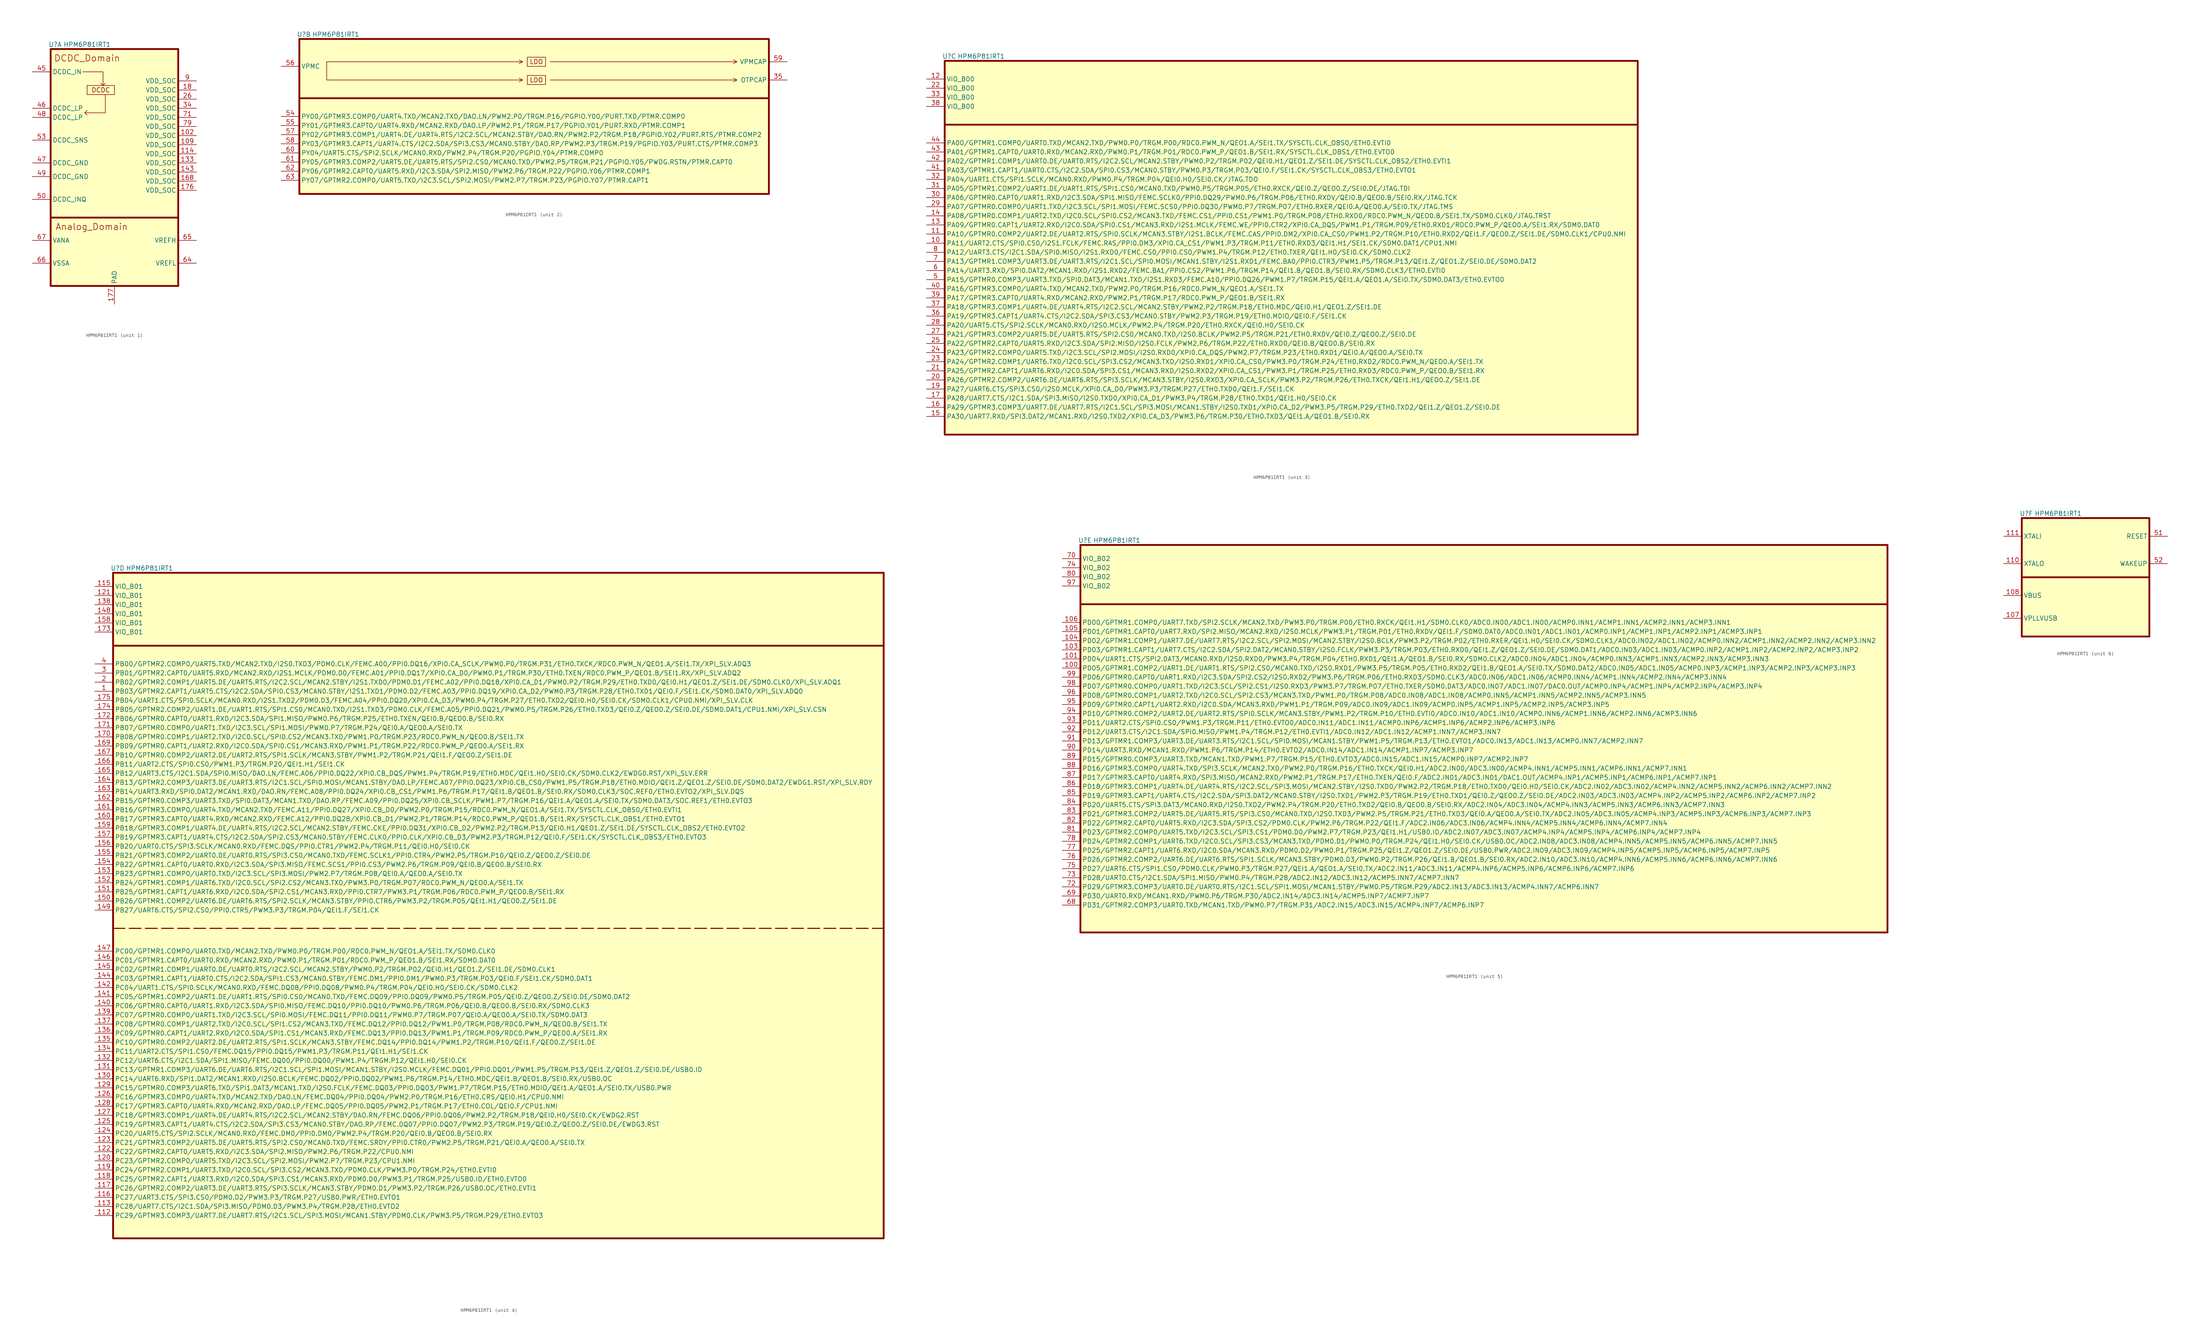
<source format=kicad_sym>
(kicad_symbol_lib
  (version 20220914)
  (generator kicad_symbol_editor)
  (symbol "HPM6P81IRT1"
    (property "Reference" "U"
      (at 1.27 1.27 0)
      (effects (font (size 1.27 1.27))))
    (property "Value" "HPM6P81IRT1"
      (at 10.16 1.27 0)
      (effects (font (size 1.27 1.27))))
    (property "ki_locked" ""
      (at 0 0 0)
      (effects (font (size 1.27 1.27))))
    (symbol "HPM6P81IRT1_1_1"
      (polyline (pts (xy 0 -46.99) (xy 35.56 -46.99)) (stroke (width 0.508) (type default)) (fill (type none)))
      (polyline (pts (xy 8.89 -6.35) (xy 14.605 -6.35) (xy 14.605 -10.16) (xy 13.97 -9.525) (xy 14.605 -10.16) (xy 15.24 -9.525)) (stroke (width 0) (type default)) (fill (type none)))
      (polyline (pts (xy 15.24 -12.7) (xy 15.24 -17.78) (xy 9.525 -17.78) (xy 10.16 -17.145) (xy 9.525 -17.78) (xy 10.16 -18.415)) (stroke (width 0) (type default)) (fill (type none)))
      (rectangle (start 0 0) (end 35.56 -66.04) (stroke (width 0.508) (type default)) (fill (type background)))
      (rectangle (start 10.16 -10.16) (end 17.78 -12.7) (stroke (width 0) (type default)) (fill (type none)))
      (text "Analog_Domain" (at 11.43 -49.53 0) (effects (font (size 1.778 1.778))))
      (text "DCDC" (at 13.97 -11.43 0) (effects (font (size 1.27 1.27))))
      (text "DCDC_Domain" (at 10.16 -2.54 0) (effects (font (size 1.778 1.778))))
      (pin power_in line (at 40.64 -24.13 180) (length 5.08) (name "VDD_SOC" (effects (font (size 1.27 1.27)))) (number "102" (effects (font (size 1.27 1.27)))))
      (pin power_in line (at 40.64 -26.67 180) (length 5.08) (name "VDD_SOC" (effects (font (size 1.27 1.27)))) (number "109" (effects (font (size 1.27 1.27)))))
      (pin power_in line (at 40.64 -29.21 180) (length 5.08) (name "VDD_SOC" (effects (font (size 1.27 1.27)))) (number "114" (effects (font (size 1.27 1.27)))))
      (pin power_in line (at 40.64 -31.75 180) (length 5.08) (name "VDD_SOC" (effects (font (size 1.27 1.27)))) (number "133" (effects (font (size 1.27 1.27)))))
      (pin power_in line (at 40.64 -34.29 180) (length 5.08) (name "VDD_SOC" (effects (font (size 1.27 1.27)))) (number "143" (effects (font (size 1.27 1.27)))))
      (pin power_in line (at 40.64 -36.83 180) (length 5.08) (name "VDD_SOC" (effects (font (size 1.27 1.27)))) (number "168" (effects (font (size 1.27 1.27)))))
      (pin power_in line (at 40.64 -39.37 180) (length 5.08) (name "VDD_SOC" (effects (font (size 1.27 1.27)))) (number "176" (effects (font (size 1.27 1.27)))))
      (pin power_out line (at 17.78 -71.12 90) (length 5.08) (name "PAD" (effects (font (size 1.27 1.27)))) (number "177" (effects (font (size 1.27 1.27)))))
      (pin power_in line (at 40.64 -11.43 180) (length 5.08) (name "VDD_SOC" (effects (font (size 1.27 1.27)))) (number "18" (effects (font (size 1.27 1.27)))))
      (pin power_in line (at 40.64 -13.97 180) (length 5.08) (name "VDD_SOC" (effects (font (size 1.27 1.27)))) (number "26" (effects (font (size 1.27 1.27)))))
      (pin power_in line (at 40.64 -16.51 180) (length 5.08) (name "VDD_SOC" (effects (font (size 1.27 1.27)))) (number "34" (effects (font (size 1.27 1.27)))))
      (pin power_in line (at -5.08 -6.35 0) (length 5.08) (name "DCDC_IN" (effects (font (size 1.27 1.27)))) (number "45" (effects (font (size 1.27 1.27)))))
      (pin power_out line (at -5.08 -16.51 0) (length 5.08) (name "DCDC_LP" (effects (font (size 1.27 1.27)))) (number "46" (effects (font (size 1.27 1.27)))))
      (pin power_out line (at -5.08 -31.75 0) (length 5.08) (name "DCDC_GND" (effects (font (size 1.27 1.27)))) (number "47" (effects (font (size 1.27 1.27)))))
      (pin power_out line (at -5.08 -19.05 0) (length 5.08) (name "DCDC_LP" (effects (font (size 1.27 1.27)))) (number "48" (effects (font (size 1.27 1.27)))))
      (pin power_out line (at -5.08 -35.56 0) (length 5.08) (name "DCDC_GND" (effects (font (size 1.27 1.27)))) (number "49" (effects (font (size 1.27 1.27)))))
      (pin power_in line (at -5.08 -41.91 0) (length 5.08) (name "DCDC_INQ" (effects (font (size 1.27 1.27)))) (number "50" (effects (font (size 1.27 1.27)))))
      (pin input line (at -5.08 -25.4 0) (length 5.08) (name "DCDC_SNS" (effects (font (size 1.27 1.27)))) (number "53" (effects (font (size 1.27 1.27)))))
      (pin power_out line (at 40.64 -59.69 180) (length 5.08) (name "VREFL" (effects (font (size 1.27 1.27)))) (number "64" (effects (font (size 1.27 1.27)))))
      (pin power_in line (at 40.64 -53.34 180) (length 5.08) (name "VREFH" (effects (font (size 1.27 1.27)))) (number "65" (effects (font (size 1.27 1.27)))))
      (pin power_in line (at -5.08 -59.69 0) (length 5.08) (name "VSSA" (effects (font (size 1.27 1.27)))) (number "66" (effects (font (size 1.27 1.27)))))
      (pin power_in line (at -5.08 -53.34 0) (length 5.08) (name "VANA" (effects (font (size 1.27 1.27)))) (number "67" (effects (font (size 1.27 1.27)))))
      (pin power_in line (at 40.64 -19.05 180) (length 5.08) (name "VDD_SOC" (effects (font (size 1.27 1.27)))) (number "71" (effects (font (size 1.27 1.27)))))
      (pin power_in line (at 40.64 -21.59 180) (length 5.08) (name "VDD_SOC" (effects (font (size 1.27 1.27)))) (number "79" (effects (font (size 1.27 1.27)))))
      (pin power_in line (at 40.64 -8.89 180) (length 5.08) (name "VDD_SOC" (effects (font (size 1.27 1.27)))) (number "9" (effects (font (size 1.27 1.27))))))
    (symbol "HPM6P81IRT1_2_0"
      (polyline (pts (xy 7.62 -11.43) (xy 62.23 -11.43) (xy 61.214 -10.922) (xy 62.23 -11.43) (xy 61.214 -11.938)) (stroke (width 0) (type default)) (fill (type none)))
      (polyline (pts (xy 7.62 -6.35) (xy 62.23 -6.35) (xy 61.214 -5.842) (xy 62.23 -6.35) (xy 61.214 -6.858)) (stroke (width 0) (type default)) (fill (type none)))
      (polyline (pts (xy 69.85 -11.43) (xy 121.92 -11.43) (xy 120.904 -10.922) (xy 121.92 -11.43) (xy 120.904 -11.938)) (stroke (width 0) (type default)) (fill (type none)))
      (polyline (pts (xy 69.85 -6.35) (xy 121.92 -6.35) (xy 120.904 -5.842) (xy 121.92 -6.35) (xy 120.904 -6.858)) (stroke (width 0) (type default)) (fill (type none))))
    (symbol "HPM6P81IRT1_2_1"
      (polyline (pts (xy 0 -16.51) (xy 130.81 -16.51)) (stroke (width 0.508) (type default)) (fill (type none)))
      (polyline (pts (xy 7.62 -6.35) (xy 7.62 -11.43)) (stroke (width 0) (type default)) (fill (type none)))
      (rectangle (start 0 0) (end 130.81 -43.18) (stroke (width 0.508) (type default)) (fill (type background)))
      (rectangle (start 63.5 -10.16) (end 68.58 -12.7) (stroke (width 0) (type default)) (fill (type none)))
      (rectangle (start 63.5 -5.08) (end 68.58 -7.62) (stroke (width 0) (type default)) (fill (type none)))
      (text "LDO" (at 66.04 -11.43 0) (effects (font (size 1.27 1.27))))
      (text "LDO" (at 66.04 -6.35 0) (effects (font (size 1.27 1.27))))
      (pin power_in line (at 135.89 -11.43 180) (length 5.08) (name "OTPCAP" (effects (font (size 1.27 1.27)))) (number "35" (effects (font (size 1.27 1.27)))))
      (pin bidirectional line (at -5.08 -21.59 0) (length 5.08) (name "PY00/GPTMR3.COMP0/UART4.TXD/MCAN2.TXD/DAO.LN/PWM2.P0/TRGM.P16/PGPIO.Y00/PURT.TXD/PTMR.COMP0" (effects (font (size 1.27 1.27)))) (number "54" (effects (font (size 1.27 1.27)))))
      (pin bidirectional line (at -5.08 -24.13 0) (length 5.08) (name "PY01/GPTMR3.CAPT0/UART4.RXD/MCAN2.RXD/DAO.LP/PWM2.P1/TRGM.P17/PGPIO.Y01/PURT.RXD/PTMR.COMP1" (effects (font (size 1.27 1.27)))) (number "55" (effects (font (size 1.27 1.27)))))
      (pin power_in line (at -5.08 -7.62 0) (length 5.08) (name "VPMC" (effects (font (size 1.27 1.27)))) (number "56" (effects (font (size 1.27 1.27)))))
      (pin bidirectional line (at -5.08 -26.67 0) (length 5.08) (name "PY02/GPTMR3.COMP1/UART4.DE/UART4.RTS/I2C2.SCL/MCAN2.STBY/DAO.RN/PWM2.P2/TRGM.P18/PGPIO.Y02/PURT.RTS/PTMR.COMP2" (effects (font (size 1.27 1.27)))) (number "57" (effects (font (size 1.27 1.27)))))
      (pin bidirectional line (at -5.08 -29.21 0) (length 5.08) (name "PY03/GPTMR3.CAPT1/UART4.CTS/I2C2.SDA/SPI3.CS3/MCAN0.STBY/DAO.RP/PWM2.P3/TRGM.P19/PGPIO.Y03/PURT.CTS/PTMR.COMP3" (effects (font (size 1.27 1.27)))) (number "58" (effects (font (size 1.27 1.27)))))
      (pin power_out line (at 135.89 -6.35 180) (length 5.08) (name "VPMCAP" (effects (font (size 1.27 1.27)))) (number "59" (effects (font (size 1.27 1.27)))))
      (pin bidirectional line (at -5.08 -31.75 0) (length 5.08) (name "PY04/UART5.CTS/SPI2.SCLK/MCAN0.RXD/PWM2.P4/TRGM.P20/PGPIO.Y04/PTMR.COMP0" (effects (font (size 1.27 1.27)))) (number "60" (effects (font (size 1.27 1.27)))))
      (pin bidirectional line (at -5.08 -34.29 0) (length 5.08) (name "PY05/GPTMR3.COMP2/UART5.DE/UART5.RTS/SPI2.CS0/MCAN0.TXD/PWM2.P5/TRGM.P21/PGPIO.Y05/PWDG.RSTN/PTMR.CAPT0" (effects (font (size 1.27 1.27)))) (number "61" (effects (font (size 1.27 1.27)))))
      (pin bidirectional line (at -5.08 -36.83 0) (length 5.08) (name "PY06/GPTMR2.CAPT0/UART5.RXD/I2C3.SDA/SPI2.MISO/PWM2.P6/TRGM.P22/PGPIO.Y06/PTMR.COMP1" (effects (font (size 1.27 1.27)))) (number "62" (effects (font (size 1.27 1.27)))))
      (pin bidirectional line (at -5.08 -39.37 0) (length 5.08) (name "PY07/GPTMR2.COMP0/UART5.TXD/I2C3.SCL/SPI2.MOSI/PWM2.P7/TRGM.P23/PGPIO.Y07/PTMR.CAPT1" (effects (font (size 1.27 1.27)))) (number "63" (effects (font (size 1.27 1.27))))))
    (symbol "HPM6P81IRT1_3_1"
      (polyline (pts (xy 0 -17.78) (xy 193.04 -17.78)) (stroke (width 0.5) (type default)) (fill (type none)))
      (rectangle (start 0 0) (end 193.04 -104.14) (stroke (width 0.508) (type default)) (fill (type background)))
      (pin bidirectional line (at -5.08 -50.8 0) (length 5.08) (name "PA11/UART2.CTS/SPI0.CS0/I2S1.FCLK/FEMC.RAS/PPI0.DM3/XPI0.CA_CS1/PWM1.P3/TRGM.P11/ETH0.RXD3/QEI1.H1/SEI1.CK/SDM0.DAT1/CPU1.NMI" (effects (font (size 1.27 1.27)))) (number "10" (effects (font (size 1.27 1.27)))))
      (pin bidirectional line (at -5.08 -48.26 0) (length 5.08) (name "PA10/GPTMR0.COMP2/UART2.DE/UART2.RTS/SPI0.SCLK/MCAN3.STBY/I2S1.BCLK/FEMC.CAS/PPI0.DM2/XPI0.CA_CS0/PWM1.P2/TRGM.P10/ETH0.RXD2/QEI1.F/QEO0.Z/SEI1.DE/SDM0.CLK1/CPU0.NMI" (effects (font (size 1.27 1.27)))) (number "11" (effects (font (size 1.27 1.27)))))
      (pin power_in line (at -5.08 -5.08 0) (length 5.08) (name "VIO_B00" (effects (font (size 1.27 1.27)))) (number "12" (effects (font (size 1.27 1.27)))))
      (pin bidirectional line (at -5.08 -45.72 0) (length 5.08) (name "PA09/GPTMR0.CAPT1/UART2.RXD/I2C0.SDA/SPI0.CS1/MCAN3.RXD/I2S1.MCLK/FEMC.WE/PPI0.CTR2/XPI0.CA_DQS/PWM1.P1/TRGM.P09/ETH0.RXD1/RDC0.PWM_P/QEO0.A/SEI1.RX/SDM0.DAT0" (effects (font (size 1.27 1.27)))) (number "13" (effects (font (size 1.27 1.27)))))
      (pin bidirectional line (at -5.08 -43.18 0) (length 5.08) (name "PA08/GPTMR0.COMP1/UART2.TXD/I2C0.SCL/SPI0.CS2/MCAN3.TXD/FEMC.CS1/PPI0.CS1/PWM1.P0/TRGM.P08/ETH0.RXD0/RDC0.PWM_N/QEO0.B/SEI1.TX/SDM0.CLK0/JTAG.TRST" (effects (font (size 1.27 1.27)))) (number "14" (effects (font (size 1.27 1.27)))))
      (pin bidirectional line (at -5.08 -99.06 0) (length 5.08) (name "PA30/UART7.RXD/SPI3.DAT2/MCAN1.RXD/I2S0.TXD2/XPI0.CA_D3/PWM3.P6/TRGM.P30/ETH0.TXD3/QEI1.A/QEO1.B/SEI0.RX" (effects (font (size 1.27 1.27)))) (number "15" (effects (font (size 1.27 1.27)))))
      (pin bidirectional line (at -5.08 -96.52 0) (length 5.08) (name "PA29/GPTMR3.COMP3/UART7.DE/UART7.RTS/I2C1.SCL/SPI3.MOSI/MCAN1.STBY/I2S0.TXD1/XPI0.CA_D2/PWM3.P5/TRGM.P29/ETH0.TXD2/QEI1.Z/QEO1.Z/SEI0.DE" (effects (font (size 1.27 1.27)))) (number "16" (effects (font (size 1.27 1.27)))))
      (pin bidirectional line (at -5.08 -93.98 0) (length 5.08) (name "PA28/UART7.CTS/I2C1.SDA/SPI3.MISO/I2S0.TXD0/XPI0.CA_D1/PWM3.P4/TRGM.P28/ETH0.TXD1/QEI1.H0/SEI0.CK" (effects (font (size 1.27 1.27)))) (number "17" (effects (font (size 1.27 1.27)))))
      (pin bidirectional line (at -5.08 -91.44 0) (length 5.08) (name "PA27/UART6.CTS/SPI3.CS0/I2S0.MCLK/XPI0.CA_D0/PWM3.P3/TRGM.P27/ETH0.TXD0/QEI1.F/SEI1.CK" (effects (font (size 1.27 1.27)))) (number "19" (effects (font (size 1.27 1.27)))))
      (pin bidirectional line (at -5.08 -88.9 0) (length 5.08) (name "PA26/GPTMR2.COMP2/UART6.DE/UART6.RTS/SPI3.SCLK/MCAN3.STBY/I2S0.RXD3/XPI0.CA_SCLK/PWM3.P2/TRGM.P26/ETH0.TXCK/QEI1.H1/QEO0.Z/SEI1.DE" (effects (font (size 1.27 1.27)))) (number "20" (effects (font (size 1.27 1.27)))))
      (pin bidirectional line (at -5.08 -86.36 0) (length 5.08) (name "PA25/GPTMR2.CAPT1/UART6.RXD/I2C0.SDA/SPI3.CS1/MCAN3.RXD/I2S0.RXD2/XPI0.CA_CS1/PWM3.P1/TRGM.P25/ETH0.RXD3/RDC0.PWM_P/QEO0.B/SEI1.RX" (effects (font (size 1.27 1.27)))) (number "21" (effects (font (size 1.27 1.27)))))
      (pin power_in line (at -5.08 -7.62 0) (length 5.08) (name "VIO_B00" (effects (font (size 1.27 1.27)))) (number "22" (effects (font (size 1.27 1.27)))))
      (pin bidirectional line (at -5.08 -83.82 0) (length 5.08) (name "PA24/GPTMR2.COMP1/UART6.TXD/I2C0.SCL/SPI3.CS2/MCAN3.TXD/I2S0.RXD1/XPI0.CA_CS0/PWM3.P0/TRGM.P24/ETH0.RXD2/RDC0.PWM_N/QEO0.A/SEI1.TX" (effects (font (size 1.27 1.27)))) (number "23" (effects (font (size 1.27 1.27)))))
      (pin bidirectional line (at -5.08 -81.28 0) (length 5.08) (name "PA23/GPTMR2.COMP0/UART5.TXD/I2C3.SCL/SPI2.MOSI/I2S0.RXD0/XPI0.CA_DQS/PWM2.P7/TRGM.P23/ETH0.RXD1/QEI0.A/QEO0.A/SEI0.TX" (effects (font (size 1.27 1.27)))) (number "24" (effects (font (size 1.27 1.27)))))
      (pin bidirectional line (at -5.08 -78.74 0) (length 5.08) (name "PA22/GPTMR2.CAPT0/UART5.RXD/I2C3.SDA/SPI2.MISO/I2S0.FCLK/PWM2.P6/TRGM.P22/ETH0.RXD0/QEI0.B/QEO0.B/SEI0.RX" (effects (font (size 1.27 1.27)))) (number "25" (effects (font (size 1.27 1.27)))))
      (pin bidirectional line (at -5.08 -76.2 0) (length 5.08) (name "PA21/GPTMR3.COMP2/UART5.DE/UART5.RTS/SPI2.CS0/MCAN0.TXD/I2S0.BCLK/PWM2.P5/TRGM.P21/ETH0.RXDV/QEI0.Z/QEO0.Z/SEI0.DE" (effects (font (size 1.27 1.27)))) (number "27" (effects (font (size 1.27 1.27)))))
      (pin bidirectional line (at -5.08 -73.66 0) (length 5.08) (name "PA20/UART5.CTS/SPI2.SCLK/MCAN0.RXD/I2S0.MCLK/PWM2.P4/TRGM.P20/ETH0.RXCK/QEI0.H0/SEI0.CK" (effects (font (size 1.27 1.27)))) (number "28" (effects (font (size 1.27 1.27)))))
      (pin bidirectional line (at -5.08 -40.64 0) (length 5.08) (name "PA07/GPTMR0.COMP0/UART1.TXD/I2C3.SCL/SPI1.MOSI/FEMC.SCS0/PPI0.DQ30/PWM0.P7/TRGM.P07/ETH0.RXER/QEI0.A/QEO0.A/SEI0.TX/JTAG.TMS" (effects (font (size 1.27 1.27)))) (number "29" (effects (font (size 1.27 1.27)))))
      (pin bidirectional line (at -5.08 -38.1 0) (length 5.08) (name "PA06/GPTMR0.CAPT0/UART1.RXD/I2C3.SDA/SPI1.MISO/FEMC.SCLK0/PPI0.DQ29/PWM0.P6/TRGM.P06/ETH0.RXDV/QEI0.B/QEO0.B/SEI0.RX/JTAG.TCK" (effects (font (size 1.27 1.27)))) (number "30" (effects (font (size 1.27 1.27)))))
      (pin bidirectional line (at -5.08 -35.56 0) (length 5.08) (name "PA05/GPTMR1.COMP2/UART1.DE/UART1.RTS/SPI1.CS0/MCAN0.TXD/PWM0.P5/TRGM.P05/ETH0.RXCK/QEI0.Z/QEO0.Z/SEI0.DE/JTAG.TDI" (effects (font (size 1.27 1.27)))) (number "31" (effects (font (size 1.27 1.27)))))
      (pin bidirectional line (at -5.08 -33.02 0) (length 5.08) (name "PA04/UART1.CTS/SPI1.SCLK/MCAN0.RXD/PWM0.P4/TRGM.P04/QEI0.H0/SEI0.CK/JTAG.TDO" (effects (font (size 1.27 1.27)))) (number "32" (effects (font (size 1.27 1.27)))))
      (pin power_in line (at -5.08 -10.16 0) (length 5.08) (name "VIO_B00" (effects (font (size 1.27 1.27)))) (number "33" (effects (font (size 1.27 1.27)))))
      (pin bidirectional line (at -5.08 -71.12 0) (length 5.08) (name "PA19/GPTMR3.CAPT1/UART4.CTS/I2C2.SDA/SPI3.CS3/MCAN0.STBY/PWM2.P3/TRGM.P19/ETH0.MDIO/QEI0.F/SEI1.CK" (effects (font (size 1.27 1.27)))) (number "36" (effects (font (size 1.27 1.27)))))
      (pin bidirectional line (at -5.08 -68.58 0) (length 5.08) (name "PA18/GPTMR3.COMP1/UART4.DE/UART4.RTS/I2C2.SCL/MCAN2.STBY/PWM2.P2/TRGM.P18/ETH0.MDC/QEI0.H1/QEO1.Z/SEI1.DE" (effects (font (size 1.27 1.27)))) (number "37" (effects (font (size 1.27 1.27)))))
      (pin power_in line (at -5.08 -12.7 0) (length 5.08) (name "VIO_B00" (effects (font (size 1.27 1.27)))) (number "38" (effects (font (size 1.27 1.27)))))
      (pin bidirectional line (at -5.08 -66.04 0) (length 5.08) (name "PA17/GPTMR3.CAPT0/UART4.RXD/MCAN2.RXD/PWM2.P1/TRGM.P17/RDC0.PWM_P/QEO1.B/SEI1.RX" (effects (font (size 1.27 1.27)))) (number "39" (effects (font (size 1.27 1.27)))))
      (pin bidirectional line (at -5.08 -63.5 0) (length 5.08) (name "PA16/GPTMR3.COMP0/UART4.TXD/MCAN2.TXD/PWM2.P0/TRGM.P16/RDC0.PWM_N/QEO1.A/SEI1.TX" (effects (font (size 1.27 1.27)))) (number "40" (effects (font (size 1.27 1.27)))))
      (pin bidirectional line (at -5.08 -30.48 0) (length 5.08) (name "PA03/GPTMR1.CAPT1/UART0.CTS/I2C2.SDA/SPI0.CS3/MCAN0.STBY/PWM0.P3/TRGM.P03/QEI0.F/SEI1.CK/SYSCTL.CLK_OBS3/ETH0.EVTO1" (effects (font (size 1.27 1.27)))) (number "41" (effects (font (size 1.27 1.27)))))
      (pin bidirectional line (at -5.08 -27.94 0) (length 5.08) (name "PA02/GPTMR1.COMP1/UART0.DE/UART0.RTS/I2C2.SCL/MCAN2.STBY/PWM0.P2/TRGM.P02/QEI0.H1/QEO1.Z/SEI1.DE/SYSCTL.CLK_OBS2/ETH0.EVTI1" (effects (font (size 1.27 1.27)))) (number "42" (effects (font (size 1.27 1.27)))))
      (pin bidirectional line (at -5.08 -25.4 0) (length 5.08) (name "PA01/GPTMR1.CAPT0/UART0.RXD/MCAN2.RXD/PWM0.P1/TRGM.P01/RDC0.PWM_P/QEO1.B/SEI1.RX/SYSCTL.CLK_OBS1/ETH0.EVTO0" (effects (font (size 1.27 1.27)))) (number "43" (effects (font (size 1.27 1.27)))))
      (pin bidirectional line (at -5.08 -22.86 0) (length 5.08) (name "PA00/GPTMR1.COMP0/UART0.TXD/MCAN2.TXD/PWM0.P0/TRGM.P00/RDC0.PWM_N/QEO1.A/SEI1.TX/SYSCTL.CLK_OBS0/ETH0.EVTI0" (effects (font (size 1.27 1.27)))) (number "44" (effects (font (size 1.27 1.27)))))
      (pin bidirectional line (at -5.08 -60.96 0) (length 5.08) (name "PA15/GPTMR0.COMP3/UART3.TXD/SPI0.DAT3/MCAN1.TXD/I2S1.RXD3/FEMC.A10/PPI0.DQ26/PWM1.P7/TRGM.P15/QEI1.A/QEO1.A/SEI0.TX/SDM0.DAT3/ETH0.EVTO0" (effects (font (size 1.27 1.27)))) (number "5" (effects (font (size 1.27 1.27)))))
      (pin bidirectional line (at -5.08 -58.42 0) (length 5.08) (name "PA14/UART3.RXD/SPI0.DAT2/MCAN1.RXD/I2S1.RXD2/FEMC.BA1/PPI0.CS2/PWM1.P6/TRGM.P14/QEI1.B/QEO1.B/SEI0.RX/SDM0.CLK3/ETH0.EVTI0" (effects (font (size 1.27 1.27)))) (number "6" (effects (font (size 1.27 1.27)))))
      (pin bidirectional line (at -5.08 -55.88 0) (length 5.08) (name "PA13/GPTMR1.COMP3/UART3.DE/UART3.RTS/I2C1.SCL/SPI0.MOSI/MCAN1.STBY/I2S1.RXD1/FEMC.BA0/PPI0.CTR3/PWM1.P5/TRGM.P13/QEI1.Z/QEO1.Z/SEI0.DE/SDM0.DAT2" (effects (font (size 1.27 1.27)))) (number "7" (effects (font (size 1.27 1.27)))))
      (pin bidirectional line (at -5.08 -53.34 0) (length 5.08) (name "PA12/UART3.CTS/I2C1.SDA/SPI0.MISO/I2S1.RXD0/FEMC.CS0/PPI0.CS0/PWM1.P4/TRGM.P12/ETH0.TXER/QEI1.H0/SEI0.CK/SDM0.CLK2" (effects (font (size 1.27 1.27)))) (number "8" (effects (font (size 1.27 1.27))))))
    (symbol "HPM6P81IRT1_4_1"
      (polyline (pts (xy 0 -99.06) (xy 214.63 -99.06)) (stroke (width 0.3) (type dash)) (fill (type none)))
      (polyline (pts (xy 0 -20.32) (xy 214.63 -20.32)) (stroke (width 0.5) (type default)) (fill (type none)))
      (rectangle (start 0 0) (end 214.63 -185.42) (stroke (width 0.508) (type default)) (fill (type background)))
      (pin bidirectional line (at -5.08 -33.02 0) (length 5.08) (name "PB03/GPTMR2.CAPT1/UART5.CTS/I2C2.SDA/SPI0.CS3/MCAN0.STBY/I2S1.TXD1/PDM0.D2/FEMC.A03/PPI0.DQ19/XPI0.CA_D2/PWM0.P3/TRGM.P28/ETH0.TXD1/QEI0.F/SEI1.CK/SDM0.DAT0/XPI_SLV.ADQ0" (effects (font (size 1.27 1.27)))) (number "1" (effects (font (size 1.27 1.27)))))
      (pin bidirectional line (at -5.08 -179.07 0) (length 5.08) (name "PC29/GPTMR3.COMP3/UART7.DE/UART7.RTS/I2C1.SCL/SPI3.MOSI/MCAN1.STBY/PDM0.CLK/PWM3.P5/TRGM.P29/ETH0.EVTO3" (effects (font (size 1.27 1.27)))) (number "112" (effects (font (size 1.27 1.27)))))
      (pin bidirectional line (at -5.08 -176.53 0) (length 5.08) (name "PC28/UART7.CTS/I2C1.SDA/SPI3.MISO/PDM0.D3/PWM3.P4/TRGM.P28/ETH0.EVTO2" (effects (font (size 1.27 1.27)))) (number "113" (effects (font (size 1.27 1.27)))))
      (pin power_in line (at -5.08 -3.81 0) (length 5.08) (name "VIO_B01" (effects (font (size 1.27 1.27)))) (number "115" (effects (font (size 1.27 1.27)))))
      (pin bidirectional line (at -5.08 -173.99 0) (length 5.08) (name "PC27/UART3.CTS/SPI3.CS0/PDM0.D2/PWM3.P3/TRGM.P27/USB0.PWR/ETH0.EVTO1" (effects (font (size 1.27 1.27)))) (number "116" (effects (font (size 1.27 1.27)))))
      (pin bidirectional line (at -5.08 -171.45 0) (length 5.08) (name "PC26/GPTMR2.COMP2/UART3.DE/UART3.RTS/SPI3.SCLK/MCAN3.STBY/PDM0.D1/PWM3.P2/TRGM.P26/USB0.OC/ETH0.EVTI1" (effects (font (size 1.27 1.27)))) (number "117" (effects (font (size 1.27 1.27)))))
      (pin bidirectional line (at -5.08 -168.91 0) (length 5.08) (name "PC25/GPTMR2.CAPT1/UART3.RXD/I2C0.SDA/SPI3.CS1/MCAN3.RXD/PDM0.D0/PWM3.P1/TRGM.P25/USB0.ID/ETH0.EVTO0" (effects (font (size 1.27 1.27)))) (number "118" (effects (font (size 1.27 1.27)))))
      (pin bidirectional line (at -5.08 -166.37 0) (length 5.08) (name "PC24/GPTMR2.COMP1/UART3.TXD/I2C0.SCL/SPI3.CS2/MCAN3.TXD/PDM0.CLK/PWM3.P0/TRGM.P24/ETH0.EVTI0" (effects (font (size 1.27 1.27)))) (number "119" (effects (font (size 1.27 1.27)))))
      (pin bidirectional line (at -5.08 -163.83 0) (length 5.08) (name "PC23/GPTMR2.COMP0/UART5.TXD/I2C3.SCL/SPI2.MOSI/PWM2.P7/TRGM.P23/CPU1.NMI" (effects (font (size 1.27 1.27)))) (number "120" (effects (font (size 1.27 1.27)))))
      (pin power_in line (at -5.08 -6.35 0) (length 5.08) (name "VIO_B01" (effects (font (size 1.27 1.27)))) (number "121" (effects (font (size 1.27 1.27)))))
      (pin bidirectional line (at -5.08 -161.29 0) (length 5.08) (name "PC22/GPTMR2.CAPT0/UART5.RXD/I2C3.SDA/SPI2.MISO/PWM2.P6/TRGM.P22/CPU0.NMI" (effects (font (size 1.27 1.27)))) (number "122" (effects (font (size 1.27 1.27)))))
      (pin bidirectional line (at -5.08 -158.75 0) (length 5.08) (name "PC21/GPTMR3.COMP2/UART5.DE/UART5.RTS/SPI2.CS0/MCAN0.TXD/FEMC.SRDY/PPI0.CTR0/PWM2.P5/TRGM.P21/QEI0.A/QEO0.A/SEI0.TX" (effects (font (size 1.27 1.27)))) (number "123" (effects (font (size 1.27 1.27)))))
      (pin bidirectional line (at -5.08 -156.21 0) (length 5.08) (name "PC20/UART5.CTS/SPI2.SCLK/MCAN0.RXD/FEMC.DM0/PPI0.DM0/PWM2.P4/TRGM.P20/QEI0.B/QEO0.B/SEI0.RX" (effects (font (size 1.27 1.27)))) (number "124" (effects (font (size 1.27 1.27)))))
      (pin bidirectional line (at -5.08 -153.67 0) (length 5.08) (name "PC19/GPTMR3.CAPT1/UART4.CTS/I2C2.SDA/SPI3.CS3/MCAN0.STBY/DAO.RP/FEMC.DQ07/PPI0.DQ07/PWM2.P3/TRGM.P19/QEI0.Z/QEO0.Z/SEI0.DE/EWDG3.RST" (effects (font (size 1.27 1.27)))) (number "125" (effects (font (size 1.27 1.27)))))
      (pin bidirectional line (at -5.08 -146.05 0) (length 5.08) (name "PC16/GPTMR3.COMP0/UART4.TXD/MCAN2.TXD/DAO.LN/FEMC.DQ04/PPI0.DQ04/PWM2.P0/TRGM.P16/ETH0.CRS/QEI0.H1/CPU0.NMI" (effects (font (size 1.27 1.27)))) (number "126" (effects (font (size 1.27 1.27)))))
      (pin bidirectional line (at -5.08 -151.13 0) (length 5.08) (name "PC18/GPTMR3.COMP1/UART4.DE/UART4.RTS/I2C2.SCL/MCAN2.STBY/DAO.RN/FEMC.DQ06/PPI0.DQ06/PWM2.P2/TRGM.P18/QEI0.H0/SEI0.CK/EWDG2.RST" (effects (font (size 1.27 1.27)))) (number "127" (effects (font (size 1.27 1.27)))))
      (pin bidirectional line (at -5.08 -148.59 0) (length 5.08) (name "PC17/GPTMR3.CAPT0/UART4.RXD/MCAN2.RXD/DAO.LP/FEMC.DQ05/PPI0.DQ05/PWM2.P1/TRGM.P17/ETH0.COL/QEI0.F/CPU1.NMI" (effects (font (size 1.27 1.27)))) (number "128" (effects (font (size 1.27 1.27)))))
      (pin bidirectional line (at -5.08 -143.51 0) (length 5.08) (name "PC15/GPTMR0.COMP3/UART6.TXD/SPI1.DAT3/MCAN1.TXD/I2S0.FCLK/FEMC.DQ03/PPI0.DQ03/PWM1.P7/TRGM.P15/ETH0.MDIO/QEI1.A/QEO1.A/SEI0.TX/USB0.PWR" (effects (font (size 1.27 1.27)))) (number "129" (effects (font (size 1.27 1.27)))))
      (pin bidirectional line (at -5.08 -140.97 0) (length 5.08) (name "PC14/UART6.RXD/SPI1.DAT2/MCAN1.RXD/I2S0.BCLK/FEMC.DQ02/PPI0.DQ02/PWM1.P6/TRGM.P14/ETH0.MDC/QEI1.B/QEO1.B/SEI0.RX/USB0.OC" (effects (font (size 1.27 1.27)))) (number "130" (effects (font (size 1.27 1.27)))))
      (pin bidirectional line (at -5.08 -138.43 0) (length 5.08) (name "PC13/GPTMR1.COMP3/UART6.DE/UART6.RTS/I2C1.SCL/SPI1.MOSI/MCAN1.STBY/I2S0.MCLK/FEMC.DQ01/PPI0.DQ01/PWM1.P5/TRGM.P13/QEI1.Z/QEO1.Z/SEI0.DE/USB0.ID" (effects (font (size 1.27 1.27)))) (number "131" (effects (font (size 1.27 1.27)))))
      (pin bidirectional line (at -5.08 -135.89 0) (length 5.08) (name "PC12/UART6.CTS/I2C1.SDA/SPI1.MISO/FEMC.DQ00/PPI0.DQ00/PWM1.P4/TRGM.P12/QEI1.H0/SEI0.CK" (effects (font (size 1.27 1.27)))) (number "132" (effects (font (size 1.27 1.27)))))
      (pin bidirectional line (at -5.08 -133.35 0) (length 5.08) (name "PC11/UART2.CTS/SPI1.CS0/FEMC.DQ15/PPI0.DQ15/PWM1.P3/TRGM.P11/QEI1.H1/SEI1.CK" (effects (font (size 1.27 1.27)))) (number "134" (effects (font (size 1.27 1.27)))))
      (pin bidirectional line (at -5.08 -130.81 0) (length 5.08) (name "PC10/GPTMR0.COMP2/UART2.DE/UART2.RTS/SPI1.SCLK/MCAN3.STBY/FEMC.DQ14/PPI0.DQ14/PWM1.P2/TRGM.P10/QEI1.F/QEO0.Z/SEI1.DE" (effects (font (size 1.27 1.27)))) (number "135" (effects (font (size 1.27 1.27)))))
      (pin bidirectional line (at -5.08 -128.27 0) (length 5.08) (name "PC09/GPTMR0.CAPT1/UART2.RXD/I2C0.SDA/SPI1.CS1/MCAN3.RXD/FEMC.DQ13/PPI0.DQ13/PWM1.P1/TRGM.P09/RDC0.PWM_P/QEO0.A/SEI1.RX" (effects (font (size 1.27 1.27)))) (number "136" (effects (font (size 1.27 1.27)))))
      (pin bidirectional line (at -5.08 -125.73 0) (length 5.08) (name "PC08/GPTMR0.COMP1/UART2.TXD/I2C0.SCL/SPI1.CS2/MCAN3.TXD/FEMC.DQ12/PPI0.DQ12/PWM1.P0/TRGM.P08/RDC0.PWM_N/QEO0.B/SEI1.TX" (effects (font (size 1.27 1.27)))) (number "137" (effects (font (size 1.27 1.27)))))
      (pin power_in line (at -5.08 -8.89 0) (length 5.08) (name "VIO_B01" (effects (font (size 1.27 1.27)))) (number "138" (effects (font (size 1.27 1.27)))))
      (pin bidirectional line (at -5.08 -123.19 0) (length 5.08) (name "PC07/GPTMR0.COMP0/UART1.TXD/I2C3.SCL/SPI0.MOSI/FEMC.DQ11/PPI0.DQ11/PWM0.P7/TRGM.P07/QEI0.A/QEO0.A/SEI0.TX/SDM0.DAT3" (effects (font (size 1.27 1.27)))) (number "139" (effects (font (size 1.27 1.27)))))
      (pin bidirectional line (at -5.08 -120.65 0) (length 5.08) (name "PC06/GPTMR0.CAPT0/UART1.RXD/I2C3.SDA/SPI0.MISO/FEMC.DQ10/PPI0.DQ10/PWM0.P6/TRGM.P06/QEI0.B/QEO0.B/SEI0.RX/SDM0.CLK3" (effects (font (size 1.27 1.27)))) (number "140" (effects (font (size 1.27 1.27)))))
      (pin bidirectional line (at -5.08 -118.11 0) (length 5.08) (name "PC05/GPTMR1.COMP2/UART1.DE/UART1.RTS/SPI0.CS0/MCAN0.TXD/FEMC.DQ09/PPI0.DQ09/PWM0.P5/TRGM.P05/QEI0.Z/QEO0.Z/SEI0.DE/SDM0.DAT2" (effects (font (size 1.27 1.27)))) (number "141" (effects (font (size 1.27 1.27)))))
      (pin bidirectional line (at -5.08 -115.57 0) (length 5.08) (name "PC04/UART1.CTS/SPI0.SCLK/MCAN0.RXD/FEMC.DQ08/PPI0.DQ08/PWM0.P4/TRGM.P04/QEI0.H0/SEI0.CK/SDM0.CLK2" (effects (font (size 1.27 1.27)))) (number "142" (effects (font (size 1.27 1.27)))))
      (pin bidirectional line (at -5.08 -113.03 0) (length 5.08) (name "PC03/GPTMR1.CAPT1/UART0.CTS/I2C2.SDA/SPI1.CS3/MCAN0.STBY/FEMC.DM1/PPI0.DM1/PWM0.P3/TRGM.P03/QEI0.F/SEI1.CK/SDM0.DAT1" (effects (font (size 1.27 1.27)))) (number "144" (effects (font (size 1.27 1.27)))))
      (pin bidirectional line (at -5.08 -110.49 0) (length 5.08) (name "PC02/GPTMR1.COMP1/UART0.DE/UART0.RTS/I2C2.SCL/MCAN2.STBY/PWM0.P2/TRGM.P02/QEI0.H1/QEO1.Z/SEI1.DE/SDM0.CLK1" (effects (font (size 1.27 1.27)))) (number "145" (effects (font (size 1.27 1.27)))))
      (pin bidirectional line (at -5.08 -107.95 0) (length 5.08) (name "PC01/GPTMR1.CAPT0/UART0.RXD/MCAN2.RXD/PWM0.P1/TRGM.P01/RDC0.PWM_P/QEO1.B/SEI1.RX/SDM0.DAT0" (effects (font (size 1.27 1.27)))) (number "146" (effects (font (size 1.27 1.27)))))
      (pin bidirectional line (at -5.08 -105.41 0) (length 5.08) (name "PC00/GPTMR1.COMP0/UART0.TXD/MCAN2.TXD/PWM0.P0/TRGM.P00/RDC0.PWM_N/QEO1.A/SEI1.TX/SDM0.CLK0" (effects (font (size 1.27 1.27)))) (number "147" (effects (font (size 1.27 1.27)))))
      (pin power_in line (at -5.08 -11.43 0) (length 5.08) (name "VIO_B01" (effects (font (size 1.27 1.27)))) (number "148" (effects (font (size 1.27 1.27)))))
      (pin bidirectional line (at -5.08 -93.98 0) (length 5.08) (name "PB27/UART6.CTS/SPI2.CS0/PPI0.CTR5/PWM3.P3/TRGM.P04/QEI1.F/SEI1.CK" (effects (font (size 1.27 1.27)))) (number "149" (effects (font (size 1.27 1.27)))))
      (pin bidirectional line (at -5.08 -91.44 0) (length 5.08) (name "PB26/GPTMR1.COMP2/UART6.DE/UART6.RTS/SPI2.SCLK/MCAN3.STBY/PPI0.CTR6/PWM3.P2/TRGM.P05/QEI1.H1/QEO0.Z/SEI1.DE" (effects (font (size 1.27 1.27)))) (number "150" (effects (font (size 1.27 1.27)))))
      (pin bidirectional line (at -5.08 -88.9 0) (length 5.08) (name "PB25/GPTMR1.CAPT1/UART6.RXD/I2C0.SDA/SPI2.CS1/MCAN3.RXD/PPI0.CTR7/PWM3.P1/TRGM.P06/RDC0.PWM_P/QEO0.B/SEI1.RX" (effects (font (size 1.27 1.27)))) (number "151" (effects (font (size 1.27 1.27)))))
      (pin bidirectional line (at -5.08 -86.36 0) (length 5.08) (name "PB24/GPTMR1.COMP1/UART6.TXD/I2C0.SCL/SPI2.CS2/MCAN3.TXD/PWM3.P0/TRGM.P07/RDC0.PWM_N/QEO0.A/SEI1.TX" (effects (font (size 1.27 1.27)))) (number "152" (effects (font (size 1.27 1.27)))))
      (pin bidirectional line (at -5.08 -83.82 0) (length 5.08) (name "PB23/GPTMR1.COMP0/UART0.TXD/I2C3.SCL/SPI3.MOSI/PWM2.P7/TRGM.P08/QEI0.A/QEO0.A/SEI0.TX" (effects (font (size 1.27 1.27)))) (number "153" (effects (font (size 1.27 1.27)))))
      (pin bidirectional line (at -5.08 -81.28 0) (length 5.08) (name "PB22/GPTMR1.CAPT0/UART0.RXD/I2C3.SDA/SPI3.MISO/FEMC.SCS1/PPI0.CS3/PWM2.P6/TRGM.P09/QEI0.B/QEO0.B/SEI0.RX" (effects (font (size 1.27 1.27)))) (number "154" (effects (font (size 1.27 1.27)))))
      (pin bidirectional line (at -5.08 -78.74 0) (length 5.08) (name "PB21/GPTMR3.COMP2/UART0.DE/UART0.RTS/SPI3.CS0/MCAN0.TXD/FEMC.SCLK1/PPI0.CTR4/PWM2.P5/TRGM.P10/QEI0.Z/QEO0.Z/SEI0.DE" (effects (font (size 1.27 1.27)))) (number "155" (effects (font (size 1.27 1.27)))))
      (pin bidirectional line (at -5.08 -76.2 0) (length 5.08) (name "PB20/UART0.CTS/SPI3.SCLK/MCAN0.RXD/FEMC.DQS/PPI0.CTR1/PWM2.P4/TRGM.P11/QEI0.H0/SEI0.CK" (effects (font (size 1.27 1.27)))) (number "156" (effects (font (size 1.27 1.27)))))
      (pin bidirectional line (at -5.08 -73.66 0) (length 5.08) (name "PB19/GPTMR3.CAPT1/UART4.CTS/I2C2.SDA/SPI2.CS3/MCAN0.STBY/FEMC.CLK0/PPI0.CLK/XPI0.CB_D3/PWM2.P3/TRGM.P12/QEI0.F/SEI1.CK/SYSCTL.CLK_OBS3/ETH0.EVTO3" (effects (font (size 1.27 1.27)))) (number "157" (effects (font (size 1.27 1.27)))))
      (pin power_in line (at -5.08 -13.97 0) (length 5.08) (name "VIO_B01" (effects (font (size 1.27 1.27)))) (number "158" (effects (font (size 1.27 1.27)))))
      (pin bidirectional line (at -5.08 -71.12 0) (length 5.08) (name "PB18/GPTMR3.COMP1/UART4.DE/UART4.RTS/I2C2.SCL/MCAN2.STBY/FEMC.CKE/PPI0.DQ31/XPI0.CB_D2/PWM2.P2/TRGM.P13/QEI0.H1/QEO1.Z/SEI1.DE/SYSCTL.CLK_OBS2/ETH0.EVTO2" (effects (font (size 1.27 1.27)))) (number "159" (effects (font (size 1.27 1.27)))))
      (pin bidirectional line (at -5.08 -68.58 0) (length 5.08) (name "PB17/GPTMR3.CAPT0/UART4.RXD/MCAN2.RXD/FEMC.A12/PPI0.DQ28/XPI0.CB_D1/PWM2.P1/TRGM.P14/RDC0.PWM_P/QEO1.B/SEI1.RX/SYSCTL.CLK_OBS1/ETH0.EVTO1" (effects (font (size 1.27 1.27)))) (number "160" (effects (font (size 1.27 1.27)))))
      (pin bidirectional line (at -5.08 -66.04 0) (length 5.08) (name "PB16/GPTMR3.COMP0/UART4.TXD/MCAN2.TXD/FEMC.A11/PPI0.DQ27/XPI0.CB_D0/PWM2.P0/TRGM.P15/RDC0.PWM_N/QEO1.A/SEI1.TX/SYSCTL.CLK_OBS0/ETH0.EVTI1" (effects (font (size 1.27 1.27)))) (number "161" (effects (font (size 1.27 1.27)))))
      (pin bidirectional line (at -5.08 -63.5 0) (length 5.08) (name "PB15/GPTMR0.COMP3/UART3.TXD/SPI0.DAT3/MCAN1.TXD/DAO.RP/FEMC.A09/PPI0.DQ25/XPI0.CB_SCLK/PWM1.P7/TRGM.P16/QEI1.A/QEO1.A/SEI0.TX/SDM0.DAT3/SOC.REF1/ETH0.EVTO3" (effects (font (size 1.27 1.27)))) (number "162" (effects (font (size 1.27 1.27)))))
      (pin bidirectional line (at -5.08 -60.96 0) (length 5.08) (name "PB14/UART3.RXD/SPI0.DAT2/MCAN1.RXD/DAO.RN/FEMC.A08/PPI0.DQ24/XPI0.CB_CS1/PWM1.P6/TRGM.P17/QEI1.B/QEO1.B/SEI0.RX/SDM0.CLK3/SOC.REF0/ETH0.EVTO2/XPI_SLV.DQS" (effects (font (size 1.27 1.27)))) (number "163" (effects (font (size 1.27 1.27)))))
      (pin bidirectional line (at -5.08 -58.42 0) (length 5.08) (name "PB13/GPTMR2.COMP3/UART3.DE/UART3.RTS/I2C1.SCL/SPI0.MOSI/MCAN1.STBY/DAO.LP/FEMC.A07/PPI0.DQ23/XPI0.CB_CS0/PWM1.P5/TRGM.P18/ETH0.MDIO/QEI1.Z/QEO1.Z/SEI0.DE/SDM0.DAT2/EWDG1.RST/XPI_SLV.RDY" (effects (font (size 1.27 1.27)))) (number "164" (effects (font (size 1.27 1.27)))))
      (pin bidirectional line (at -5.08 -55.88 0) (length 5.08) (name "PB12/UART3.CTS/I2C1.SDA/SPI0.MISO/DAO.LN/FEMC.A06/PPI0.DQ22/XPI0.CB_DQS/PWM1.P4/TRGM.P19/ETH0.MDC/QEI1.H0/SEI0.CK/SDM0.CLK2/EWDG0.RST/XPI_SLV.ERR" (effects (font (size 1.27 1.27)))) (number "165" (effects (font (size 1.27 1.27)))))
      (pin bidirectional line (at -5.08 -53.34 0) (length 5.08) (name "PB11/UART2.CTS/SPI0.CS0/PWM1.P3/TRGM.P20/QEI1.H1/SEI1.CK" (effects (font (size 1.27 1.27)))) (number "166" (effects (font (size 1.27 1.27)))))
      (pin bidirectional line (at -5.08 -50.8 0) (length 5.08) (name "PB10/GPTMR0.COMP2/UART2.DE/UART2.RTS/SPI1.SCLK/MCAN3.STBY/PWM1.P2/TRGM.P21/QEI1.F/QEO0.Z/SEI1.DE" (effects (font (size 1.27 1.27)))) (number "167" (effects (font (size 1.27 1.27)))))
      (pin bidirectional line (at -5.08 -48.26 0) (length 5.08) (name "PB09/GPTMR0.CAPT1/UART2.RXD/I2C0.SDA/SPI0.CS1/MCAN3.RXD/PWM1.P1/TRGM.P22/RDC0.PWM_P/QEO0.A/SEI1.RX" (effects (font (size 1.27 1.27)))) (number "169" (effects (font (size 1.27 1.27)))))
      (pin bidirectional line (at -5.08 -45.72 0) (length 5.08) (name "PB08/GPTMR0.COMP1/UART2.TXD/I2C0.SCL/SPI0.CS2/MCAN3.TXD/PWM1.P0/TRGM.P23/RDC0.PWM_N/QEO0.B/SEI1.TX" (effects (font (size 1.27 1.27)))) (number "170" (effects (font (size 1.27 1.27)))))
      (pin bidirectional line (at -5.08 -43.18 0) (length 5.08) (name "PB07/GPTMR0.COMP0/UART1.TXD/I2C3.SCL/SPI1.MOSI/PWM0.P7/TRGM.P24/QEI0.A/QEO0.A/SEI0.TX" (effects (font (size 1.27 1.27)))) (number "171" (effects (font (size 1.27 1.27)))))
      (pin bidirectional line (at -5.08 -40.64 0) (length 5.08) (name "PB06/GPTMR0.CAPT0/UART1.RXD/I2C3.SDA/SPI1.MISO/PWM0.P6/TRGM.P25/ETH0.TXEN/QEI0.B/QEO0.B/SEI0.RX" (effects (font (size 1.27 1.27)))) (number "172" (effects (font (size 1.27 1.27)))))
      (pin power_in line (at -5.08 -16.51 0) (length 5.08) (name "VIO_B01" (effects (font (size 1.27 1.27)))) (number "173" (effects (font (size 1.27 1.27)))))
      (pin bidirectional line (at -5.08 -38.1 0) (length 5.08) (name "PB05/GPTMR2.COMP2/UART1.DE/UART1.RTS/SPI1.CS0/MCAN0.TXD/I2S1.TXD3/PDM0.CLK/FEMC.A05/PPI0.DQ21/PWM0.P5/TRGM.P26/ETH0.TXD3/QEI0.Z/QEO0.Z/SEI0.DE/SDM0.DAT1/CPU1.NMI/XPI_SLV.CSN" (effects (font (size 1.27 1.27)))) (number "174" (effects (font (size 1.27 1.27)))))
      (pin bidirectional line (at -5.08 -35.56 0) (length 5.08) (name "PB04/UART1.CTS/SPI0.SCLK/MCAN0.RXD/I2S1.TXD2/PDM0.D3/FEMC.A04/PPI0.DQ20/XPI0.CA_D3/PWM0.P4/TRGM.P27/ETH0.TXD2/QEI0.H0/SEI0.CK/SDM0.CLK1/CPU0.NMI/XPI_SLV.CLK" (effects (font (size 1.27 1.27)))) (number "175" (effects (font (size 1.27 1.27)))))
      (pin bidirectional line (at -5.08 -30.48 0) (length 5.08) (name "PB02/GPTMR2.COMP1/UART5.DE/UART5.RTS/I2C2.SCL/MCAN2.STBY/I2S1.TXD0/PDM0.D1/FEMC.A02/PPI0.DQ18/XPI0.CA_D1/PWM0.P2/TRGM.P29/ETH0.TXD0/QEI0.H1/QEO1.Z/SEI1.DE/SDM0.CLK0/XPI_SLV.ADQ1" (effects (font (size 1.27 1.27)))) (number "2" (effects (font (size 1.27 1.27)))))
      (pin bidirectional line (at -5.08 -27.94 0) (length 5.08) (name "PB01/GPTMR2.CAPT0/UART5.RXD/MCAN2.RXD/I2S1.MCLK/PDM0.D0/FEMC.A01/PPI0.DQ17/XPI0.CA_D0/PWM0.P1/TRGM.P30/ETH0.TXEN/RDC0.PWM_P/QEO1.B/SEI1.RX/XPI_SLV.ADQ2" (effects (font (size 1.27 1.27)))) (number "3" (effects (font (size 1.27 1.27)))))
      (pin bidirectional line (at -5.08 -25.4 0) (length 5.08) (name "PB00/GPTMR2.COMP0/UART5.TXD/MCAN2.TXD/I2S0.TXD3/PDM0.CLK/FEMC.A00/PPI0.DQ16/XPI0.CA_SCLK/PWM0.P0/TRGM.P31/ETH0.TXCK/RDC0.PWM_N/QEO1.A/SEI1.TX/XPI_SLV.ADQ3" (effects (font (size 1.27 1.27)))) (number "4" (effects (font (size 1.27 1.27))))))
    (symbol "HPM6P81IRT1_5_1"
      (polyline (pts (xy 0 -16.51) (xy 224.79 -16.51)) (stroke (width 0.5) (type default)) (fill (type none)))
      (rectangle (start 0 0) (end 224.79 -107.95) (stroke (width 0.508) (type default)) (fill (type background)))
      (pin bidirectional line (at -5.08 -34.29 0) (length 5.08) (name "PD05/GPTMR1.COMP2/UART1.DE/UART1.RTS/SPI2.CS0/MCAN0.TXD/I2S0.RXD1/PWM3.P5/TRGM.P05/ETH0.RXD2/QEI1.B/QEO1.A/SEI0.TX/SDM0.DAT2/ADC0.IN05/ADC1.IN05/ACMP0.INP3/ACMP1.INP3/ACMP2.INP3/ACMP3.INP3" (effects (font (size 1.27 1.27)))) (number "100" (effects (font (size 1.27 1.27)))))
      (pin bidirectional line (at -5.08 -31.75 0) (length 5.08) (name "PD04/UART1.CTS/SPI2.DAT3/MCAN0.RXD/I2S0.RXD0/PWM3.P4/TRGM.P04/ETH0.RXD1/QEI1.A/QEO1.B/SEI0.RX/SDM0.CLK2/ADC0.IN04/ADC1.IN04/ACMP0.INN3/ACMP1.INN3/ACMP2.INN3/ACMP3.INN3" (effects (font (size 1.27 1.27)))) (number "101" (effects (font (size 1.27 1.27)))))
      (pin bidirectional line (at -5.08 -29.21 0) (length 5.08) (name "PD03/GPTMR1.CAPT1/UART7.CTS/I2C2.SDA/SPI2.DAT2/MCAN0.STBY/I2S0.FCLK/PWM3.P3/TRGM.P03/ETH0.RXD0/QEI1.Z/QEO1.Z/SEI0.DE/SDM0.DAT1/ADC0.IN03/ADC1.IN03/ACMP0.INP2/ACMP1.INP2/ACMP2.INP2/ACMP3.INP2" (effects (font (size 1.27 1.27)))) (number "103" (effects (font (size 1.27 1.27)))))
      (pin bidirectional line (at -5.08 -26.67 0) (length 5.08) (name "PD02/GPTMR1.COMP1/UART7.DE/UART7.RTS/I2C2.SCL/SPI2.MOSI/MCAN2.STBY/I2S0.BCLK/PWM3.P2/TRGM.P02/ETH0.RXER/QEI1.H0/SEI0.CK/SDM0.CLK1/ADC0.IN02/ADC1.IN02/ACMP0.INN2/ACMP1.INN2/ACMP2.INN2/ACMP3.INN2" (effects (font (size 1.27 1.27)))) (number "104" (effects (font (size 1.27 1.27)))))
      (pin bidirectional line (at -5.08 -24.13 0) (length 5.08) (name "PD01/GPTMR1.CAPT0/UART7.RXD/SPI2.MISO/MCAN2.RXD/I2S0.MCLK/PWM3.P1/TRGM.P01/ETH0.RXDV/QEI1.F/SDM0.DAT0/ADC0.IN01/ADC1.IN01/ACMP0.INP1/ACMP1.INP1/ACMP2.INP1/ACMP3.INP1" (effects (font (size 1.27 1.27)))) (number "105" (effects (font (size 1.27 1.27)))))
      (pin bidirectional line (at -5.08 -21.59 0) (length 5.08) (name "PD00/GPTMR1.COMP0/UART7.TXD/SPI2.SCLK/MCAN2.TXD/PWM3.P0/TRGM.P00/ETH0.RXCK/QEI1.H1/SDM0.CLK0/ADC0.IN00/ADC1.IN00/ACMP0.INN1/ACMP1.INN1/ACMP2.INN1/ACMP3.INN1" (effects (font (size 1.27 1.27)))) (number "106" (effects (font (size 1.27 1.27)))))
      (pin bidirectional line (at -5.08 -100.33 0) (length 5.08) (name "PD31/GPTMR2.COMP3/UART0.TXD/MCAN1.TXD/PWM0.P7/TRGM.P31/ADC2.IN15/ADC3.IN15/ACMP4.INP7/ACMP6.INP7" (effects (font (size 1.27 1.27)))) (number "68" (effects (font (size 1.27 1.27)))))
      (pin bidirectional line (at -5.08 -97.79 0) (length 5.08) (name "PD30/UART0.RXD/MCAN1.RXD/PWM0.P6/TRGM.P30/ADC2.IN14/ADC3.IN14/ACMP5.INP7/ACMP7.INP7" (effects (font (size 1.27 1.27)))) (number "69" (effects (font (size 1.27 1.27)))))
      (pin power_in line (at -5.08 -3.81 0) (length 5.08) (name "VIO_B02" (effects (font (size 1.27 1.27)))) (number "70" (effects (font (size 1.27 1.27)))))
      (pin bidirectional line (at -5.08 -95.25 0) (length 5.08) (name "PD29/GPTMR3.COMP3/UART0.DE/UART0.RTS/I2C1.SCL/SPI1.MOSI/MCAN1.STBY/PWM0.P5/TRGM.P29/ADC2.IN13/ADC3.IN13/ACMP4.INN7/ACMP6.INN7" (effects (font (size 1.27 1.27)))) (number "72" (effects (font (size 1.27 1.27)))))
      (pin bidirectional line (at -5.08 -92.71 0) (length 5.08) (name "PD28/UART0.CTS/I2C1.SDA/SPI1.MISO/PWM0.P4/TRGM.P28/ADC2.IN12/ADC3.IN12/ACMP5.INN7/ACMP7.INN7" (effects (font (size 1.27 1.27)))) (number "73" (effects (font (size 1.27 1.27)))))
      (pin power_in line (at -5.08 -6.35 0) (length 5.08) (name "VIO_B02" (effects (font (size 1.27 1.27)))) (number "74" (effects (font (size 1.27 1.27)))))
      (pin bidirectional line (at -5.08 -90.17 0) (length 5.08) (name "PD27/UART6.CTS/SPI1.CS0/PDM0.CLK/PWM0.P3/TRGM.P27/QEI1.A/QEO1.A/SEI0.TX/ADC2.IN11/ADC3.IN11/ACMP4.INP6/ACMP5.INP6/ACMP6.INP6/ACMP7.INP6" (effects (font (size 1.27 1.27)))) (number "75" (effects (font (size 1.27 1.27)))))
      (pin bidirectional line (at -5.08 -87.63 0) (length 5.08) (name "PD26/GPTMR2.COMP2/UART6.DE/UART6.RTS/SPI1.SCLK/MCAN3.STBY/PDM0.D3/PWM0.P2/TRGM.P26/QEI1.B/QEO1.B/SEI0.RX/ADC2.IN10/ADC3.IN10/ACMP4.INN6/ACMP5.INN6/ACMP6.INN6/ACMP7.INN6" (effects (font (size 1.27 1.27)))) (number "76" (effects (font (size 1.27 1.27)))))
      (pin bidirectional line (at -5.08 -85.09 0) (length 5.08) (name "PD25/GPTMR2.CAPT1/UART6.RXD/I2C0.SDA/MCAN3.RXD/PDM0.D2/PWM0.P1/TRGM.P25/QEI1.Z/QEO1.Z/SEI0.DE/USB0.PWR/ADC2.IN09/ADC3.IN09/ACMP4.INP5/ACMP5.INP5/ACMP6.INP5/ACMP7.INP5" (effects (font (size 1.27 1.27)))) (number "77" (effects (font (size 1.27 1.27)))))
      (pin bidirectional line (at -5.08 -82.55 0) (length 5.08) (name "PD24/GPTMR2.COMP1/UART6.TXD/I2C0.SCL/SPI3.CS3/MCAN3.TXD/PDM0.D1/PWM0.P0/TRGM.P24/QEI1.H0/SEI0.CK/USB0.OC/ADC2.IN08/ADC3.IN08/ACMP4.INN5/ACMP5.INN5/ACMP6.INN5/ACMP7.INN5" (effects (font (size 1.27 1.27)))) (number "78" (effects (font (size 1.27 1.27)))))
      (pin power_in line (at -5.08 -8.89 0) (length 5.08) (name "VIO_B02" (effects (font (size 1.27 1.27)))) (number "80" (effects (font (size 1.27 1.27)))))
      (pin bidirectional line (at -5.08 -80.01 0) (length 5.08) (name "PD23/GPTMR2.COMP0/UART5.TXD/I2C3.SCL/SPI3.CS1/PDM0.D0/PWM2.P7/TRGM.P23/QEI1.H1/USB0.ID/ADC2.IN07/ADC3.IN07/ACMP4.INP4/ACMP5.INP4/ACMP6.INP4/ACMP7.INP4" (effects (font (size 1.27 1.27)))) (number "81" (effects (font (size 1.27 1.27)))))
      (pin bidirectional line (at -5.08 -77.47 0) (length 5.08) (name "PD22/GPTMR2.CAPT0/UART5.RXD/I2C3.SDA/SPI3.CS2/PDM0.CLK/PWM2.P6/TRGM.P22/QEI1.F/ADC2.IN06/ADC3.IN06/ACMP4.INN4/ACMP5.INN4/ACMP6.INN4/ACMP7.INN4" (effects (font (size 1.27 1.27)))) (number "82" (effects (font (size 1.27 1.27)))))
      (pin bidirectional line (at -5.08 -74.93 0) (length 5.08) (name "PD21/GPTMR3.COMP2/UART5.DE/UART5.RTS/SPI3.CS0/MCAN0.TXD/I2S0.TXD3/PWM2.P5/TRGM.P21/ETH0.TXD3/QEI0.A/QEO0.A/SEI0.TX/ADC2.IN05/ADC3.IN05/ACMP4.INP3/ACMP5.INP3/ACMP6.INP3/ACMP7.INP3" (effects (font (size 1.27 1.27)))) (number "83" (effects (font (size 1.27 1.27)))))
      (pin bidirectional line (at -5.08 -72.39 0) (length 5.08) (name "PD20/UART5.CTS/SPI3.DAT3/MCAN0.RXD/I2S0.TXD2/PWM2.P4/TRGM.P20/ETH0.TXD2/QEI0.B/QEO0.B/SEI0.RX/ADC2.IN04/ADC3.IN04/ACMP4.INN3/ACMP5.INN3/ACMP6.INN3/ACMP7.INN3" (effects (font (size 1.27 1.27)))) (number "84" (effects (font (size 1.27 1.27)))))
      (pin bidirectional line (at -5.08 -69.85 0) (length 5.08) (name "PD19/GPTMR3.CAPT1/UART4.CTS/I2C2.SDA/SPI3.DAT2/MCAN0.STBY/I2S0.TXD1/PWM2.P3/TRGM.P19/ETH0.TXD1/QEI0.Z/QEO0.Z/SEI0.DE/ADC2.IN03/ADC3.IN03/ACMP4.INP2/ACMP5.INP2/ACMP6.INP2/ACMP7.INP2" (effects (font (size 1.27 1.27)))) (number "85" (effects (font (size 1.27 1.27)))))
      (pin bidirectional line (at -5.08 -67.31 0) (length 5.08) (name "PD18/GPTMR3.COMP1/UART4.DE/UART4.RTS/I2C2.SCL/SPI3.MOSI/MCAN2.STBY/I2S0.TXD0/PWM2.P2/TRGM.P18/ETH0.TXD0/QEI0.H0/SEI0.CK/ADC2.IN02/ADC3.IN02/ACMP4.INN2/ACMP5.INN2/ACMP6.INN2/ACMP7.INN2" (effects (font (size 1.27 1.27)))) (number "86" (effects (font (size 1.27 1.27)))))
      (pin bidirectional line (at -5.08 -64.77 0) (length 5.08) (name "PD17/GPTMR3.CAPT0/UART4.RXD/SPI3.MISO/MCAN2.RXD/PWM2.P1/TRGM.P17/ETH0.TXEN/QEI0.F/ADC2.IN01/ADC3.IN01/DAC1.OUT/ACMP4.INP1/ACMP5.INP1/ACMP6.INP1/ACMP7.INP1" (effects (font (size 1.27 1.27)))) (number "87" (effects (font (size 1.27 1.27)))))
      (pin bidirectional line (at -5.08 -62.23 0) (length 5.08) (name "PD16/GPTMR3.COMP0/UART4.TXD/SPI3.SCLK/MCAN2.TXD/PWM2.P0/TRGM.P16/ETH0.TXCK/QEI0.H1/ADC2.IN00/ADC3.IN00/ACMP4.INN1/ACMP5.INN1/ACMP6.INN1/ACMP7.INN1" (effects (font (size 1.27 1.27)))) (number "88" (effects (font (size 1.27 1.27)))))
      (pin bidirectional line (at -5.08 -59.69 0) (length 5.08) (name "PD15/GPTMR0.COMP3/UART3.TXD/MCAN1.TXD/PWM1.P7/TRGM.P15/ETH0.EVTO3/ADC0.IN15/ADC1.IN15/ACMP0.INP7/ACMP2.INP7" (effects (font (size 1.27 1.27)))) (number "89" (effects (font (size 1.27 1.27)))))
      (pin bidirectional line (at -5.08 -57.15 0) (length 5.08) (name "PD14/UART3.RXD/MCAN1.RXD/PWM1.P6/TRGM.P14/ETH0.EVTO2/ADC0.IN14/ADC1.IN14/ACMP1.INP7/ACMP3.INP7" (effects (font (size 1.27 1.27)))) (number "90" (effects (font (size 1.27 1.27)))))
      (pin bidirectional line (at -5.08 -54.61 0) (length 5.08) (name "PD13/GPTMR1.COMP3/UART3.DE/UART3.RTS/I2C1.SCL/SPI0.MOSI/MCAN1.STBY/PWM1.P5/TRGM.P13/ETH0.EVTO1/ADC0.IN13/ADC1.IN13/ACMP0.INN7/ACMP2.INN7" (effects (font (size 1.27 1.27)))) (number "91" (effects (font (size 1.27 1.27)))))
      (pin bidirectional line (at -5.08 -52.07 0) (length 5.08) (name "PD12/UART3.CTS/I2C1.SDA/SPI0.MISO/PWM1.P4/TRGM.P12/ETH0.EVTI1/ADC0.IN12/ADC1.IN12/ACMP1.INN7/ACMP3.INN7" (effects (font (size 1.27 1.27)))) (number "92" (effects (font (size 1.27 1.27)))))
      (pin bidirectional line (at -5.08 -49.53 0) (length 5.08) (name "PD11/UART2.CTS/SPI0.CS0/PWM1.P3/TRGM.P11/ETH0.EVTO0/ADC0.IN11/ADC1.IN11/ACMP0.INP6/ACMP1.INP6/ACMP2.INP6/ACMP3.INP6" (effects (font (size 1.27 1.27)))) (number "93" (effects (font (size 1.27 1.27)))))
      (pin bidirectional line (at -5.08 -46.99 0) (length 5.08) (name "PD10/GPTMR0.COMP2/UART2.DE/UART2.RTS/SPI0.SCLK/MCAN3.STBY/PWM1.P2/TRGM.P10/ETH0.EVTI0/ADC0.IN10/ADC1.IN10/ACMP0.INN6/ACMP1.INN6/ACMP2.INN6/ACMP3.INN6" (effects (font (size 1.27 1.27)))) (number "94" (effects (font (size 1.27 1.27)))))
      (pin bidirectional line (at -5.08 -44.45 0) (length 5.08) (name "PD09/GPTMR0.CAPT1/UART2.RXD/I2C0.SDA/MCAN3.RXD/PWM1.P1/TRGM.P09/ADC0.IN09/ADC1.IN09/ACMP0.INP5/ACMP1.INP5/ACMP2.INP5/ACMP3.INP5" (effects (font (size 1.27 1.27)))) (number "95" (effects (font (size 1.27 1.27)))))
      (pin bidirectional line (at -5.08 -41.91 0) (length 5.08) (name "PD08/GPTMR0.COMP1/UART2.TXD/I2C0.SCL/SPI2.CS3/MCAN3.TXD/PWM1.P0/TRGM.P08/ADC0.IN08/ADC1.IN08/ACMP0.INN5/ACMP1.INN5/ACMP2.INN5/ACMP3.INN5" (effects (font (size 1.27 1.27)))) (number "96" (effects (font (size 1.27 1.27)))))
      (pin power_in line (at -5.08 -11.43 0) (length 5.08) (name "VIO_B02" (effects (font (size 1.27 1.27)))) (number "97" (effects (font (size 1.27 1.27)))))
      (pin bidirectional line (at -5.08 -39.37 0) (length 5.08) (name "PD07/GPTMR0.COMP0/UART1.TXD/I2C3.SCL/SPI2.CS1/I2S0.RXD3/PWM3.P7/TRGM.P07/ETH0.TXER/SDM0.DAT3/ADC0.IN07/ADC1.IN07/DAC0.OUT/ACMP0.INP4/ACMP1.INP4/ACMP2.INP4/ACMP3.INP4" (effects (font (size 1.27 1.27)))) (number "98" (effects (font (size 1.27 1.27)))))
      (pin bidirectional line (at -5.08 -36.83 0) (length 5.08) (name "PD06/GPTMR0.CAPT0/UART1.RXD/I2C3.SDA/SPI2.CS2/I2S0.RXD2/PWM3.P6/TRGM.P06/ETH0.RXD3/SDM0.CLK3/ADC0.IN06/ADC1.IN06/ACMP0.INN4/ACMP1.INN4/ACMP2.INN4/ACMP3.INN4" (effects (font (size 1.27 1.27)))) (number "99" (effects (font (size 1.27 1.27))))))
    (symbol "HPM6P81IRT1_6_1"
      (polyline (pts (xy 0 -16.51) (xy 35.56 -16.51)) (stroke (width 0.5) (type default)) (fill (type none)))
      (rectangle (start 0 0) (end 35.56 -33.02) (stroke (width 0.508) (type default)) (fill (type background)))
      (pin power_in line (at -5.08 -27.94 0) (length 5.08) (name "VPLLVUSB" (effects (font (size 1.27 1.27)))) (number "107" (effects (font (size 1.27 1.27)))))
      (pin power_in line (at -5.08 -21.59 0) (length 5.08) (name "VBUS" (effects (font (size 1.27 1.27)))) (number "108" (effects (font (size 1.27 1.27)))))
      (pin output line (at -5.08 -12.7 0) (length 5.08) (name "XTALO" (effects (font (size 1.27 1.27)))) (number "110" (effects (font (size 1.27 1.27)))))
      (pin input line (at -5.08 -5.08 0) (length 5.08) (name "XTALI" (effects (font (size 1.27 1.27)))) (number "111" (effects (font (size 1.27 1.27)))))
      (pin power_in line (at 40.64 -5.08 180) (length 5.08) (name "RESET" (effects (font (size 1.27 1.27)))) (number "51" (effects (font (size 1.27 1.27)))))
      (pin power_in line (at 40.64 -12.7 180) (length 5.08) (name "WAKEUP" (effects (font (size 1.27 1.27)))) (number "52" (effects (font (size 1.27 1.27))))))))
</source>
